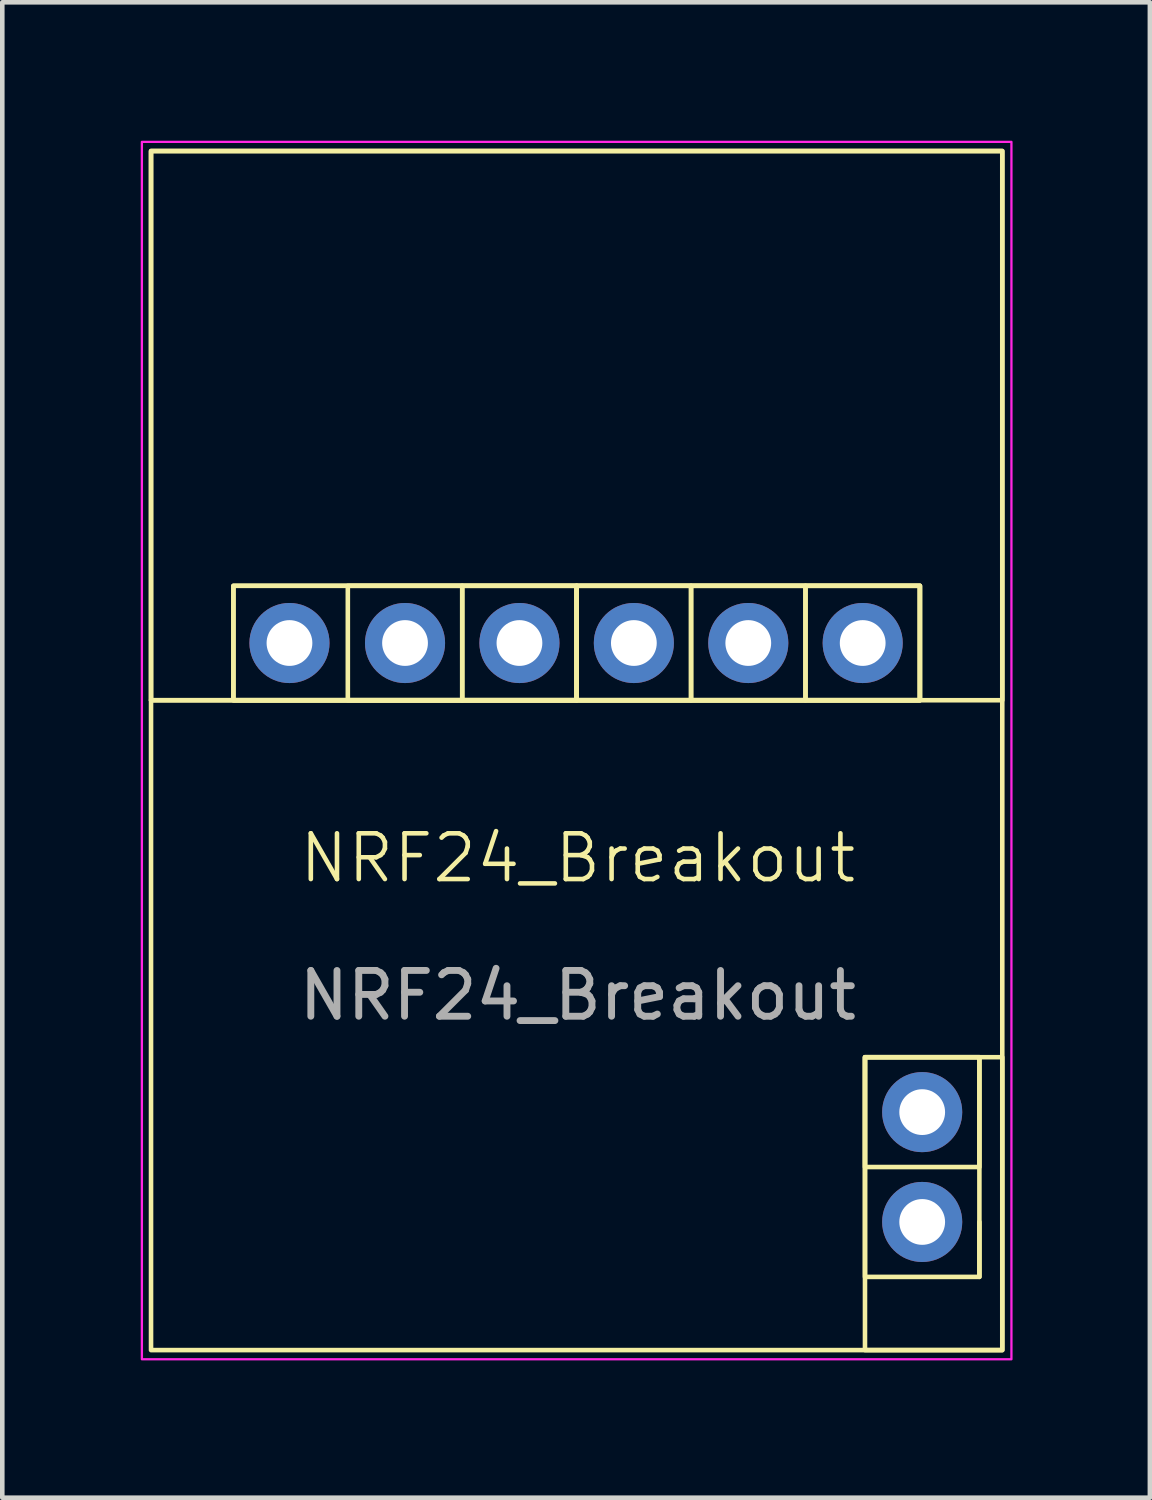
<source format=kicad_pcb>
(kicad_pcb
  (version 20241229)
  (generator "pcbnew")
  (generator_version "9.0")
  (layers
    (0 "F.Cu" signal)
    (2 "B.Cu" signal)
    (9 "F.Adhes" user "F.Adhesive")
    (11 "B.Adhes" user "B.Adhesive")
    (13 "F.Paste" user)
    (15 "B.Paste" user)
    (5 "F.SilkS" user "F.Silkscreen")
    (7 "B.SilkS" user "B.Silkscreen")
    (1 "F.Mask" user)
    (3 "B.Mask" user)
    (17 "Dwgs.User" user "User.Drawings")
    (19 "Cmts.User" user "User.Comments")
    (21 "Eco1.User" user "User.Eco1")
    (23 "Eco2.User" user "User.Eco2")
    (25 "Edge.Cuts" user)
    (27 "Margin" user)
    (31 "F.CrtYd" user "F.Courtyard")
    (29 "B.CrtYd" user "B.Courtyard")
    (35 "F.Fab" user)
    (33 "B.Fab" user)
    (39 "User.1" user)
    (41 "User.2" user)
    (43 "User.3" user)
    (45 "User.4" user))
  (footprint "NRF24_Breakout"
    (layer "F.Cu")
    (at 0.25 0.25)
    (property "Reference" "NRF24_Breakout" (at 9.325 15.45 0) (unlocked yes) (layer "F.SilkS") (effects (font (size 1 1) (thickness 0.1))))
    (attr smd)
    (fp_line (start 0 12) (end 9.3 12) (stroke (width 0.1) (type default)) (layer "F.SilkS"))
    (fp_line (start 18.1 24.6) (end 18.1 23.4) (stroke (width 0.1) (type default)) (layer "F.SilkS"))
    (fp_rect (start 0 0) (end 18.6 12) (stroke (width 0.1) (type solid)) (fill no) (layer "F.SilkS"))
    (fp_rect (start 0 0) (end 18.6 26.2) (stroke (width 0.1) (type solid)) (fill no) (layer "F.SilkS"))
    (fp_rect (start 1.8 9.5) (end 9.3 12) (stroke (width 0.1) (type solid)) (fill no) (layer "F.SilkS"))
    (fp_rect (start 1.8 9.5) (end 16.8 12) (stroke (width 0.1) (type default)) (fill no) (layer "F.SilkS"))
    (fp_rect (start 4.3 9.5) (end 6.8 12) (stroke (width 0.1) (type default)) (fill no) (layer "F.SilkS"))
    (fp_rect (start 6.8 9.5) (end 9.3 12) (stroke (width 0.1) (type default)) (fill no) (layer "F.SilkS"))
    (fp_rect (start 9.3 9.5) (end 11.8 12) (stroke (width 0.1) (type default)) (fill no) (layer "F.SilkS"))
    (fp_rect (start 9.3 9.5) (end 16.8 12) (stroke (width 0.1) (type solid)) (fill no) (layer "F.SilkS"))
    (fp_rect (start 11.8 9.5) (end 14.3 12) (stroke (width 0.1) (type default)) (fill no) (layer "F.SilkS"))
    (fp_rect (start 14.3 9.5) (end 16.8 12) (stroke (width 0.1) (type default)) (fill no) (layer "F.SilkS"))
    (fp_rect (start 15.6 19.8) (end 18.1 22.2) (stroke (width 0.1) (type default)) (fill no) (layer "F.SilkS"))
    (fp_rect (start 15.6 19.8) (end 18.1 24.6) (stroke (width 0.1) (type solid)) (fill no) (layer "F.SilkS"))
    (fp_rect (start 15.6 19.8) (end 18.6 26.2) (stroke (width 0.1) (type solid)) (fill no) (layer "F.SilkS"))
    (fp_rect (start -0.2 -0.2) (end 18.8 26.4) (stroke (width 0.05) (type solid)) (fill no) (layer "F.CrtYd"))
    (fp_text user "${REFERENCE}" (at 9.325 18.45 0) (unlocked yes) (layer "F.Fab") (effects (font (size 1 1) (thickness 0.15))))
    (pad "1" thru_hole circle (at 16.85 21) (size 1.75 1.75) (drill 1) (layers "*.Cu" "*.Mask"))
    (pad "2" thru_hole circle (at 16.85 23.4) (size 1.75 1.75) (drill 1) (layers "*.Cu" "*.Mask"))
    (pad "3" thru_hole circle (at 3.025 10.75) (size 1.75 1.75) (drill 1) (layers "*.Cu" "*.Mask"))
    (pad "4" thru_hole circle (at 5.55 10.75) (size 1.75 1.75) (drill 1) (layers "*.Cu" "*.Mask"))
    (pad "5" thru_hole circle (at 8.05 10.75) (size 1.75 1.75) (drill 1) (layers "*.Cu" "*.Mask"))
    (pad "6" thru_hole circle (at 10.55 10.75) (size 1.75 1.75) (drill 1) (layers "*.Cu" "*.Mask"))
    (pad "7" thru_hole circle (at 13.05 10.75) (size 1.75 1.75) (drill 1) (layers "*.Cu" "*.Mask"))
    (pad "8" thru_hole circle (at 15.55 10.75) (size 1.75 1.75) (drill 1) (layers "*.Cu" "*.Mask")))
  (gr_rect
    (start -3 -3)
    (end 22.075 29.675)
    (stroke (width 0.1) (type default))
    (fill no)
    (layer "Edge.Cuts")))
</source>
